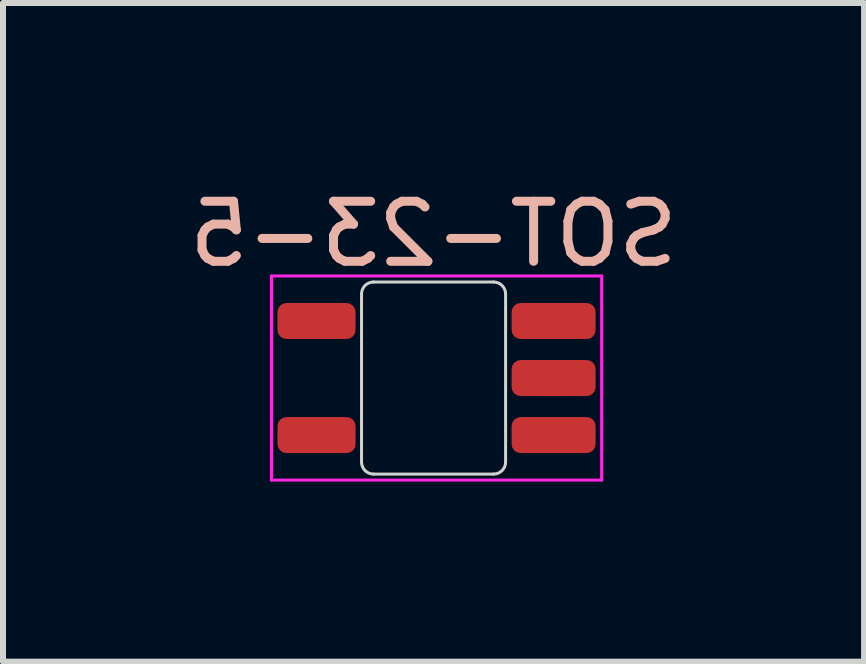
<source format=kicad_pcb>
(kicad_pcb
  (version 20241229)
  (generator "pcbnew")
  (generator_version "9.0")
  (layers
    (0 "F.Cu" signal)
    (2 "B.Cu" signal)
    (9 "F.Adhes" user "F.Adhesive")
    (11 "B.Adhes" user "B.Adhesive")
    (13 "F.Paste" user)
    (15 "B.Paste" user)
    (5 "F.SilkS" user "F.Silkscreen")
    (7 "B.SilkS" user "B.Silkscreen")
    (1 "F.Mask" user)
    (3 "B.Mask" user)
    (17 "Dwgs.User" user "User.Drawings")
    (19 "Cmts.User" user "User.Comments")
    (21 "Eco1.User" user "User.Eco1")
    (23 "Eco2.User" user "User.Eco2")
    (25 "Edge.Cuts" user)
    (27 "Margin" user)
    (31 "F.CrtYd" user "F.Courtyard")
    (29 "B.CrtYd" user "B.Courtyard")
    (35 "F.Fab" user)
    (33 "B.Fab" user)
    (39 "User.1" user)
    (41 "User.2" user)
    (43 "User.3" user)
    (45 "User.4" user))
  (footprint "SOT-23-5"
    (layer "F.Cu")
    (at 4.173 3.248)
    (property "Reference" "SOT-23-5" (at 0 -2.4 0) (layer "B.SilkS") (effects (font (size 1 1) (thickness 0.15)) (justify mirror)))
    (attr smd)
    (fp_line (start -1.2 1.4) (end -1.2 -1.4) (stroke (width 0.05) (type default)) (layer "Edge.Cuts"))
    (fp_line (start -1 -1.6) (end 1 -1.6) (stroke (width 0.05) (type default)) (layer "Edge.Cuts"))
    (fp_line (start 1 1.6) (end -1 1.6) (stroke (width 0.05) (type default)) (layer "Edge.Cuts"))
    (fp_line (start 1.2 -1.4) (end 1.2 1.4) (stroke (width 0.05) (type default)) (layer "Edge.Cuts"))
    (fp_arc (start -1.2 -1.4) (mid -1.141421 -1.541421) (end -1 -1.6) (stroke (width 0.05) (type default)) (layer "Edge.Cuts"))
    (fp_arc (start -1 1.6) (mid -1.141421 1.541421) (end -1.2 1.4) (stroke (width 0.05) (type default)) (layer "Edge.Cuts"))
    (fp_arc (start 1 -1.6) (mid 1.141421 -1.541421) (end 1.2 -1.4) (stroke (width 0.05) (type default)) (layer "Edge.Cuts"))
    (fp_arc (start 1.2 1.4) (mid 1.141421 1.541421) (end 1 1.6) (stroke (width 0.05) (type default)) (layer "Edge.Cuts"))
    (fp_line (start -2.7 1.7) (end -2.7 -1.7) (stroke (width 0.05) (type solid)) (layer "F.CrtYd"))
    (fp_line (start -2.7 1.7) (end 2.8 1.7) (stroke (width 0.05) (type solid)) (layer "F.CrtYd"))
    (fp_line (start 2.8 -1.7) (end -2.7 -1.7) (stroke (width 0.05) (type solid)) (layer "F.CrtYd"))
    (fp_line (start 2.8 -1.7) (end 2.8 1.7) (stroke (width 0.05) (type solid)) (layer "F.CrtYd"))
    (pad "1" smd roundrect (at 2 -0.95) (size 1.4 0.6) (layers "F.Cu" "F.Mask" "F.Paste") (roundrect_rratio 0.25))
    (pad "2" smd roundrect (at 2 0) (size 1.4 0.6) (layers "F.Cu" "F.Mask" "F.Paste") (roundrect_rratio 0.25))
    (pad "3" smd roundrect (at 2 0.95) (size 1.4 0.6) (layers "F.Cu" "F.Mask" "F.Paste") (roundrect_rratio 0.25))
    (pad "4" smd roundrect (at -1.95 0.95) (size 1.3 0.6) (layers "F.Cu" "F.Mask" "F.Paste") (roundrect_rratio 0.25))
    (pad "5" smd roundrect (at -1.95 -0.95) (size 1.3 0.6) (layers "F.Cu" "F.Mask" "F.Paste") (roundrect_rratio 0.25)))
  (gr_rect
    (start -3 -3)
    (end 11.345 7.973)
    (stroke (width 0.1) (type default))
    (fill no)
    (layer "Edge.Cuts")))
</source>
